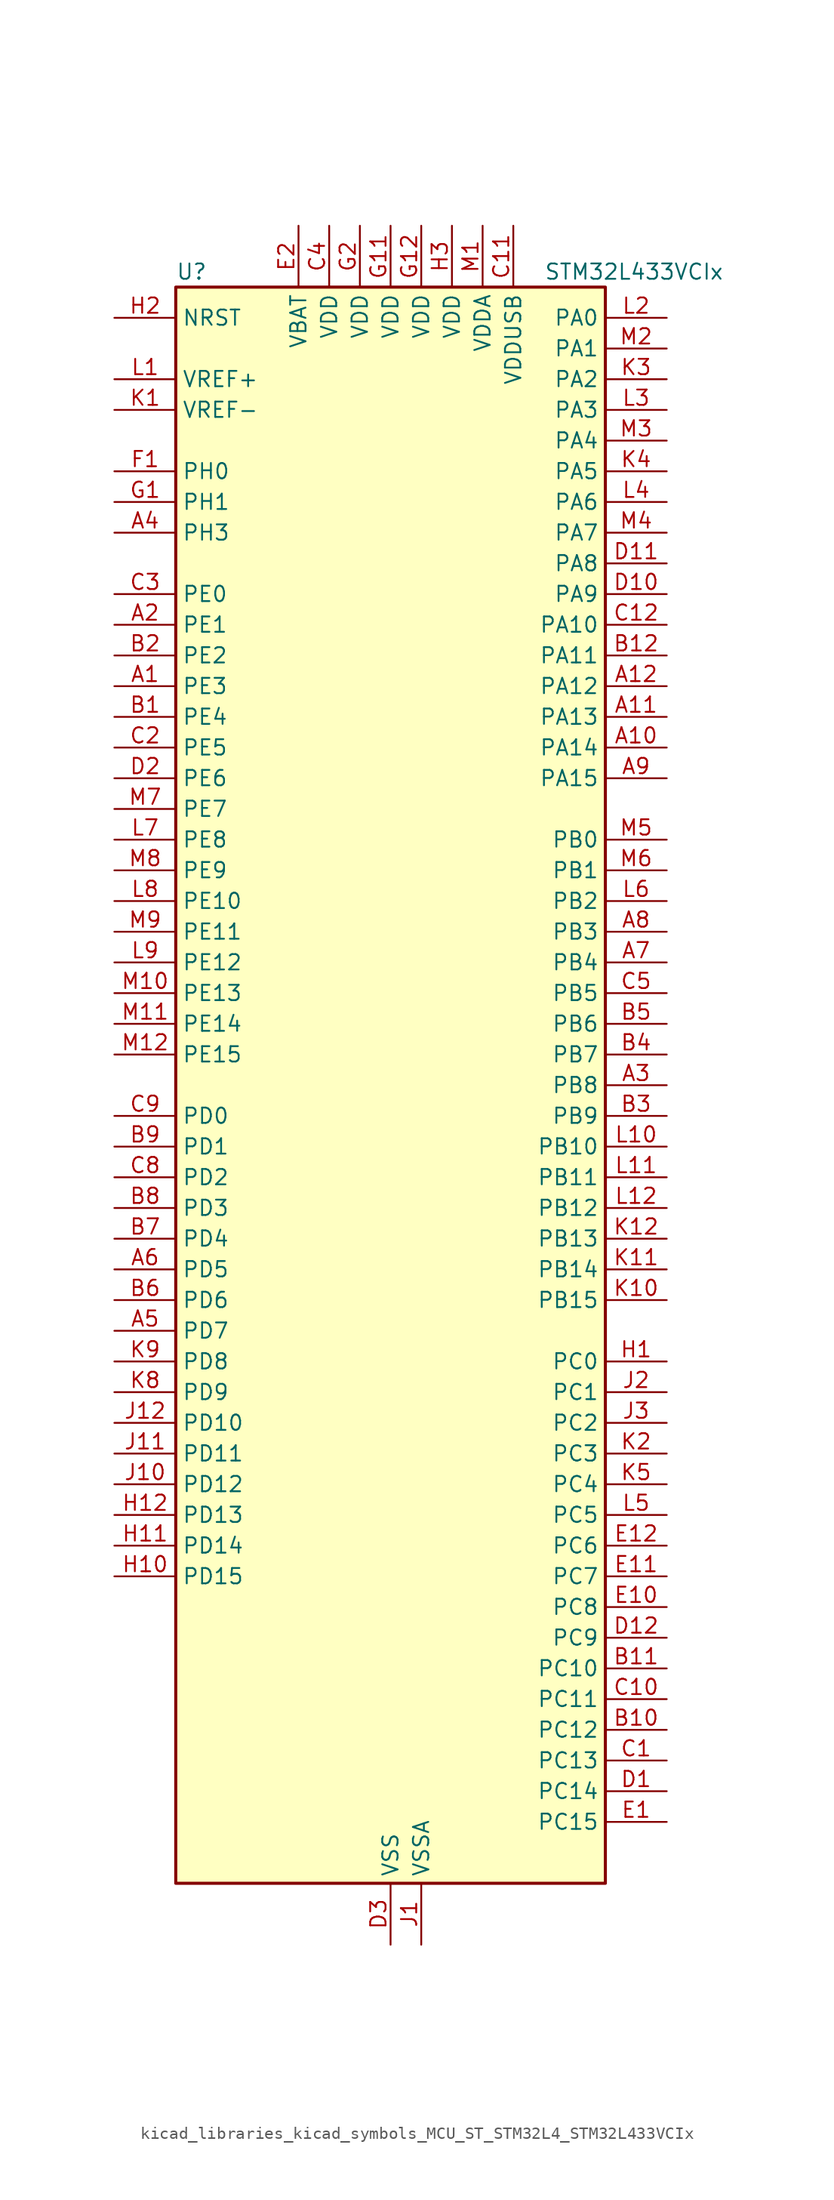
<source format=kicad_sym>
(kicad_symbol_lib
  (version 20220914)
  (generator kicad_symbol_editor)
  (symbol "kicad_libraries_kicad_symbols_MCU_ST_STM32L4_STM32L433VCIx"
    (property "Reference" "U"
      (at -17.78 67.31 0)
      (effects (font (size 1.27 1.27)) (justify left)))
    (property "Value" "STM32L433VCIx"
      (at 12.7 67.31 0)
      (effects (font (size 1.27 1.27)) (justify left)))
    (property "ki_locked" ""
      (at 0 0 0)
      (effects (font (size 1.27 1.27))))
    (symbol "kicad_libraries_kicad_symbols_MCU_ST_STM32L4_STM32L433VCIx_0_1"
      (rectangle (start -17.78 -66.04) (end 17.78 66.04) (stroke (width 0.254) (type default)) (fill (type background))))
    (symbol "kicad_libraries_kicad_symbols_MCU_ST_STM32L4_STM32L433VCIx_1_1"
      (pin bidirectional line (at -22.86 33.02 0) (length 5.08) (name "PE3" (effects (font (size 1.27 1.27)))) (number "A1" (effects (font (size 1.27 1.27)))) (alternate "LCD_SEG39" bidirectional line) (alternate "SAI1_SD_B" bidirectional line) (alternate "SYS_TRACED0" bidirectional line) (alternate "TSC_G7_IO2" bidirectional line))
      (pin bidirectional line (at 22.86 27.94 180) (length 5.08) (name "PA14" (effects (font (size 1.27 1.27)))) (number "A10" (effects (font (size 1.27 1.27)))) (alternate "I2C1_SMBA" bidirectional line) (alternate "LPTIM1_OUT" bidirectional line) (alternate "SAI1_FS_B" bidirectional line) (alternate "SWPMI1_RX" bidirectional line) (alternate "SYS_JTCK-SWCLK" bidirectional line))
      (pin bidirectional line (at 22.86 30.48 180) (length 5.08) (name "PA13" (effects (font (size 1.27 1.27)))) (number "A11" (effects (font (size 1.27 1.27)))) (alternate "IR_OUT" bidirectional line) (alternate "SAI1_SD_B" bidirectional line) (alternate "SWPMI1_TX" bidirectional line) (alternate "SYS_JTMS-SWDIO" bidirectional line) (alternate "USB_NOE" bidirectional line))
      (pin bidirectional line (at 22.86 33.02 180) (length 5.08) (name "PA12" (effects (font (size 1.27 1.27)))) (number "A12" (effects (font (size 1.27 1.27)))) (alternate "CAN1_TX" bidirectional line) (alternate "SPI1_MOSI" bidirectional line) (alternate "TIM1_ETR" bidirectional line) (alternate "USART1_DE" bidirectional line) (alternate "USART1_RTS" bidirectional line) (alternate "USB_DP" bidirectional line))
      (pin bidirectional line (at -22.86 38.1 0) (length 5.08) (name "PE1" (effects (font (size 1.27 1.27)))) (number "A2" (effects (font (size 1.27 1.27)))) (alternate "LCD_SEG37" bidirectional line))
      (pin bidirectional line (at 22.86 0 180) (length 5.08) (name "PB8" (effects (font (size 1.27 1.27)))) (number "A3" (effects (font (size 1.27 1.27)))) (alternate "CAN1_RX" bidirectional line) (alternate "I2C1_SCL" bidirectional line) (alternate "LCD_SEG16" bidirectional line) (alternate "SAI1_MCLK_A" bidirectional line) (alternate "SDMMC1_D4" bidirectional line) (alternate "TIM16_CH1" bidirectional line))
      (pin bidirectional line (at -22.86 45.72 0) (length 5.08) (name "PH3" (effects (font (size 1.27 1.27)))) (number "A4" (effects (font (size 1.27 1.27)))))
      (pin bidirectional line (at -22.86 -20.32 0) (length 5.08) (name "PD7" (effects (font (size 1.27 1.27)))) (number "A5" (effects (font (size 1.27 1.27)))) (alternate "QUADSPI_BK2_IO3" bidirectional line) (alternate "USART2_CK" bidirectional line))
      (pin bidirectional line (at -22.86 -15.24 0) (length 5.08) (name "PD5" (effects (font (size 1.27 1.27)))) (number "A6" (effects (font (size 1.27 1.27)))) (alternate "QUADSPI_BK2_IO1" bidirectional line) (alternate "USART2_TX" bidirectional line))
      (pin bidirectional line (at 22.86 10.16 180) (length 5.08) (name "PB4" (effects (font (size 1.27 1.27)))) (number "A7" (effects (font (size 1.27 1.27)))) (alternate "COMP2_INP" bidirectional line) (alternate "I2C3_SDA" bidirectional line) (alternate "LCD_SEG8" bidirectional line) (alternate "SAI1_MCLK_B" bidirectional line) (alternate "SPI1_MISO" bidirectional line) (alternate "SPI3_MISO" bidirectional line) (alternate "SYS_JTRST" bidirectional line) (alternate "TSC_G2_IO1" bidirectional line) (alternate "USART1_CTS" bidirectional line))
      (pin bidirectional line (at 22.86 12.7 180) (length 5.08) (name "PB3" (effects (font (size 1.27 1.27)))) (number "A8" (effects (font (size 1.27 1.27)))) (alternate "COMP2_INM" bidirectional line) (alternate "LCD_SEG7" bidirectional line) (alternate "SAI1_SCK_B" bidirectional line) (alternate "SPI1_SCK" bidirectional line) (alternate "SPI3_SCK" bidirectional line) (alternate "SYS_JTDO-SWO" bidirectional line) (alternate "TIM2_CH2" bidirectional line) (alternate "USART1_DE" bidirectional line) (alternate "USART1_RTS" bidirectional line))
      (pin bidirectional line (at 22.86 25.4 180) (length 5.08) (name "PA15" (effects (font (size 1.27 1.27)))) (number "A9" (effects (font (size 1.27 1.27)))) (alternate "ADC1_EXTI15" bidirectional line) (alternate "LCD_SEG17" bidirectional line) (alternate "SPI1_NSS" bidirectional line) (alternate "SPI3_NSS" bidirectional line) (alternate "SWPMI1_SUSPEND" bidirectional line) (alternate "SYS_JTDI" bidirectional line) (alternate "TIM2_CH1" bidirectional line) (alternate "TIM2_ETR" bidirectional line) (alternate "TSC_G3_IO1" bidirectional line) (alternate "USART2_RX" bidirectional line) (alternate "USART3_DE" bidirectional line) (alternate "USART3_RTS" bidirectional line))
      (pin bidirectional line (at -22.86 30.48 0) (length 5.08) (name "PE4" (effects (font (size 1.27 1.27)))) (number "B1" (effects (font (size 1.27 1.27)))) (alternate "SAI1_FS_A" bidirectional line) (alternate "SYS_TRACED1" bidirectional line) (alternate "TSC_G7_IO3" bidirectional line))
      (pin bidirectional line (at 22.86 -53.34 180) (length 5.08) (name "PC12" (effects (font (size 1.27 1.27)))) (number "B10" (effects (font (size 1.27 1.27)))) (alternate "LCD_COM6" bidirectional line) (alternate "LCD_SEG30" bidirectional line) (alternate "LCD_SEG42" bidirectional line) (alternate "SDMMC1_CK" bidirectional line) (alternate "SPI3_MOSI" bidirectional line) (alternate "TSC_G3_IO4" bidirectional line) (alternate "USART3_CK" bidirectional line))
      (pin bidirectional line (at 22.86 -48.26 180) (length 5.08) (name "PC10" (effects (font (size 1.27 1.27)))) (number "B11" (effects (font (size 1.27 1.27)))) (alternate "LCD_COM4" bidirectional line) (alternate "LCD_SEG28" bidirectional line) (alternate "LCD_SEG40" bidirectional line) (alternate "SDMMC1_D2" bidirectional line) (alternate "SPI3_SCK" bidirectional line) (alternate "TSC_G3_IO2" bidirectional line) (alternate "USART3_TX" bidirectional line))
      (pin bidirectional line (at 22.86 35.56 180) (length 5.08) (name "PA11" (effects (font (size 1.27 1.27)))) (number "B12" (effects (font (size 1.27 1.27)))) (alternate "ADC1_EXTI11" bidirectional line) (alternate "CAN1_RX" bidirectional line) (alternate "COMP1_OUT" bidirectional line) (alternate "SPI1_MISO" bidirectional line) (alternate "TIM1_BKIN2" bidirectional line) (alternate "TIM1_BKIN2_COMP1" bidirectional line) (alternate "TIM1_CH4" bidirectional line) (alternate "USART1_CTS" bidirectional line) (alternate "USB_DM" bidirectional line))
      (pin bidirectional line (at -22.86 35.56 0) (length 5.08) (name "PE2" (effects (font (size 1.27 1.27)))) (number "B2" (effects (font (size 1.27 1.27)))) (alternate "LCD_SEG38" bidirectional line) (alternate "SAI1_MCLK_A" bidirectional line) (alternate "SYS_TRACECLK" bidirectional line) (alternate "TSC_G7_IO1" bidirectional line))
      (pin bidirectional line (at 22.86 -2.54 180) (length 5.08) (name "PB9" (effects (font (size 1.27 1.27)))) (number "B3" (effects (font (size 1.27 1.27)))) (alternate "CAN1_TX" bidirectional line) (alternate "DAC1_EXTI9" bidirectional line) (alternate "I2C1_SDA" bidirectional line) (alternate "IR_OUT" bidirectional line) (alternate "LCD_COM3" bidirectional line) (alternate "SAI1_FS_A" bidirectional line) (alternate "SDMMC1_D5" bidirectional line) (alternate "SPI2_NSS" bidirectional line))
      (pin bidirectional line (at 22.86 2.54 180) (length 5.08) (name "PB7" (effects (font (size 1.27 1.27)))) (number "B4" (effects (font (size 1.27 1.27)))) (alternate "COMP2_INM" bidirectional line) (alternate "I2C1_SDA" bidirectional line) (alternate "LCD_SEG21" bidirectional line) (alternate "LPTIM1_IN2" bidirectional line) (alternate "SYS_PVD_IN" bidirectional line) (alternate "TSC_G2_IO4" bidirectional line) (alternate "USART1_RX" bidirectional line))
      (pin bidirectional line (at 22.86 5.08 180) (length 5.08) (name "PB6" (effects (font (size 1.27 1.27)))) (number "B5" (effects (font (size 1.27 1.27)))) (alternate "COMP2_INP" bidirectional line) (alternate "I2C1_SCL" bidirectional line) (alternate "LPTIM1_ETR" bidirectional line) (alternate "SAI1_FS_B" bidirectional line) (alternate "TIM16_CH1N" bidirectional line) (alternate "TSC_G2_IO3" bidirectional line) (alternate "USART1_TX" bidirectional line))
      (pin bidirectional line (at -22.86 -17.78 0) (length 5.08) (name "PD6" (effects (font (size 1.27 1.27)))) (number "B6" (effects (font (size 1.27 1.27)))) (alternate "QUADSPI_BK2_IO2" bidirectional line) (alternate "SAI1_SD_A" bidirectional line) (alternate "USART2_RX" bidirectional line))
      (pin bidirectional line (at -22.86 -12.7 0) (length 5.08) (name "PD4" (effects (font (size 1.27 1.27)))) (number "B7" (effects (font (size 1.27 1.27)))) (alternate "QUADSPI_BK2_IO0" bidirectional line) (alternate "SPI2_MOSI" bidirectional line) (alternate "USART2_DE" bidirectional line) (alternate "USART2_RTS" bidirectional line))
      (pin bidirectional line (at -22.86 -10.16 0) (length 5.08) (name "PD3" (effects (font (size 1.27 1.27)))) (number "B8" (effects (font (size 1.27 1.27)))) (alternate "QUADSPI_BK2_NCS" bidirectional line) (alternate "SPI2_MISO" bidirectional line) (alternate "USART2_CTS" bidirectional line))
      (pin bidirectional line (at -22.86 -5.08 0) (length 5.08) (name "PD1" (effects (font (size 1.27 1.27)))) (number "B9" (effects (font (size 1.27 1.27)))) (alternate "CAN1_TX" bidirectional line) (alternate "SPI2_SCK" bidirectional line))
      (pin bidirectional line (at 22.86 -55.88 180) (length 5.08) (name "PC13" (effects (font (size 1.27 1.27)))) (number "C1" (effects (font (size 1.27 1.27)))) (alternate "RTC_OUT_ALARM" bidirectional line) (alternate "RTC_OUT_CALIB" bidirectional line) (alternate "RTC_TAMP1" bidirectional line) (alternate "RTC_TS" bidirectional line) (alternate "SYS_WKUP2" bidirectional line))
      (pin bidirectional line (at 22.86 -50.8 180) (length 5.08) (name "PC11" (effects (font (size 1.27 1.27)))) (number "C10" (effects (font (size 1.27 1.27)))) (alternate "ADC1_EXTI11" bidirectional line) (alternate "LCD_COM5" bidirectional line) (alternate "LCD_SEG29" bidirectional line) (alternate "LCD_SEG41" bidirectional line) (alternate "SDMMC1_D3" bidirectional line) (alternate "SPI3_MISO" bidirectional line) (alternate "TSC_G3_IO3" bidirectional line) (alternate "USART3_RX" bidirectional line))
      (pin power_in line (at 10.16 71.12 270) (length 5.08) (name "VDDUSB" (effects (font (size 1.27 1.27)))) (number "C11" (effects (font (size 1.27 1.27)))))
      (pin bidirectional line (at 22.86 38.1 180) (length 5.08) (name "PA10" (effects (font (size 1.27 1.27)))) (number "C12" (effects (font (size 1.27 1.27)))) (alternate "CRS_SYNC" bidirectional line) (alternate "I2C1_SDA" bidirectional line) (alternate "LCD_COM2" bidirectional line) (alternate "SAI1_SD_A" bidirectional line) (alternate "TIM1_CH3" bidirectional line) (alternate "USART1_RX" bidirectional line))
      (pin bidirectional line (at -22.86 27.94 0) (length 5.08) (name "PE5" (effects (font (size 1.27 1.27)))) (number "C2" (effects (font (size 1.27 1.27)))) (alternate "SAI1_SCK_A" bidirectional line) (alternate "SYS_TRACED2" bidirectional line) (alternate "TSC_G7_IO4" bidirectional line))
      (pin bidirectional line (at -22.86 40.64 0) (length 5.08) (name "PE0" (effects (font (size 1.27 1.27)))) (number "C3" (effects (font (size 1.27 1.27)))) (alternate "LCD_SEG36" bidirectional line) (alternate "TIM16_CH1" bidirectional line))
      (pin power_in line (at -5.08 71.12 270) (length 5.08) (name "VDD" (effects (font (size 1.27 1.27)))) (number "C4" (effects (font (size 1.27 1.27)))))
      (pin bidirectional line (at 22.86 7.62 180) (length 5.08) (name "PB5" (effects (font (size 1.27 1.27)))) (number "C5" (effects (font (size 1.27 1.27)))) (alternate "COMP2_OUT" bidirectional line) (alternate "I2C1_SMBA" bidirectional line) (alternate "LCD_SEG9" bidirectional line) (alternate "LPTIM1_IN1" bidirectional line) (alternate "SAI1_SD_B" bidirectional line) (alternate "SPI1_MOSI" bidirectional line) (alternate "SPI3_MOSI" bidirectional line) (alternate "TIM16_BKIN" bidirectional line) (alternate "TSC_G2_IO2" bidirectional line) (alternate "USART1_CK" bidirectional line))
      (pin bidirectional line (at -22.86 -7.62 0) (length 5.08) (name "PD2" (effects (font (size 1.27 1.27)))) (number "C8" (effects (font (size 1.27 1.27)))) (alternate "LCD_COM7" bidirectional line) (alternate "LCD_SEG31" bidirectional line) (alternate "LCD_SEG43" bidirectional line) (alternate "SDMMC1_CMD" bidirectional line) (alternate "TSC_SYNC" bidirectional line) (alternate "USART3_DE" bidirectional line) (alternate "USART3_RTS" bidirectional line))
      (pin bidirectional line (at -22.86 -2.54 0) (length 5.08) (name "PD0" (effects (font (size 1.27 1.27)))) (number "C9" (effects (font (size 1.27 1.27)))) (alternate "CAN1_RX" bidirectional line) (alternate "SPI2_NSS" bidirectional line))
      (pin bidirectional line (at 22.86 -58.42 180) (length 5.08) (name "PC14" (effects (font (size 1.27 1.27)))) (number "D1" (effects (font (size 1.27 1.27)))) (alternate "RCC_OSC32_IN" bidirectional line))
      (pin bidirectional line (at 22.86 40.64 180) (length 5.08) (name "PA9" (effects (font (size 1.27 1.27)))) (number "D10" (effects (font (size 1.27 1.27)))) (alternate "DAC1_EXTI9" bidirectional line) (alternate "I2C1_SCL" bidirectional line) (alternate "LCD_COM1" bidirectional line) (alternate "SAI1_FS_A" bidirectional line) (alternate "TIM15_BKIN" bidirectional line) (alternate "TIM1_CH2" bidirectional line) (alternate "USART1_TX" bidirectional line))
      (pin bidirectional line (at 22.86 43.18 180) (length 5.08) (name "PA8" (effects (font (size 1.27 1.27)))) (number "D11" (effects (font (size 1.27 1.27)))) (alternate "LCD_COM0" bidirectional line) (alternate "LPTIM2_OUT" bidirectional line) (alternate "RCC_MCO" bidirectional line) (alternate "SAI1_SCK_A" bidirectional line) (alternate "SWPMI1_IO" bidirectional line) (alternate "TIM1_CH1" bidirectional line) (alternate "USART1_CK" bidirectional line))
      (pin bidirectional line (at 22.86 -45.72 180) (length 5.08) (name "PC9" (effects (font (size 1.27 1.27)))) (number "D12" (effects (font (size 1.27 1.27)))) (alternate "DAC1_EXTI9" bidirectional line) (alternate "LCD_SEG27" bidirectional line) (alternate "SDMMC1_D1" bidirectional line) (alternate "TSC_G4_IO4" bidirectional line) (alternate "USB_NOE" bidirectional line))
      (pin bidirectional line (at -22.86 25.4 0) (length 5.08) (name "PE6" (effects (font (size 1.27 1.27)))) (number "D2" (effects (font (size 1.27 1.27)))) (alternate "RTC_TAMP3" bidirectional line) (alternate "SAI1_SD_A" bidirectional line) (alternate "SYS_TRACED3" bidirectional line) (alternate "SYS_WKUP3" bidirectional line))
      (pin power_in line (at 0 -71.12 90) (length 5.08) (name "VSS" (effects (font (size 1.27 1.27)))) (number "D3" (effects (font (size 1.27 1.27)))))
      (pin bidirectional line (at 22.86 -60.96 180) (length 5.08) (name "PC15" (effects (font (size 1.27 1.27)))) (number "E1" (effects (font (size 1.27 1.27)))) (alternate "ADC1_EXTI15" bidirectional line) (alternate "RCC_OSC32_OUT" bidirectional line))
      (pin bidirectional line (at 22.86 -43.18 180) (length 5.08) (name "PC8" (effects (font (size 1.27 1.27)))) (number "E10" (effects (font (size 1.27 1.27)))) (alternate "LCD_SEG26" bidirectional line) (alternate "SDMMC1_D0" bidirectional line) (alternate "TSC_G4_IO3" bidirectional line))
      (pin bidirectional line (at 22.86 -40.64 180) (length 5.08) (name "PC7" (effects (font (size 1.27 1.27)))) (number "E11" (effects (font (size 1.27 1.27)))) (alternate "LCD_SEG25" bidirectional line) (alternate "SDMMC1_D7" bidirectional line) (alternate "TSC_G4_IO2" bidirectional line))
      (pin bidirectional line (at 22.86 -38.1 180) (length 5.08) (name "PC6" (effects (font (size 1.27 1.27)))) (number "E12" (effects (font (size 1.27 1.27)))) (alternate "LCD_SEG24" bidirectional line) (alternate "SDMMC1_D6" bidirectional line) (alternate "TSC_G4_IO1" bidirectional line))
      (pin power_in line (at -7.62 71.12 270) (length 5.08) (name "VBAT" (effects (font (size 1.27 1.27)))) (number "E2" (effects (font (size 1.27 1.27)))))
      (pin passive line (at 0 -71.12 90) (length 5.08) hide (name "VSS" (effects (font (size 1.27 1.27)))) (number "E3" (effects (font (size 1.27 1.27)))))
      (pin bidirectional line (at -22.86 50.8 0) (length 5.08) (name "PH0" (effects (font (size 1.27 1.27)))) (number "F1" (effects (font (size 1.27 1.27)))) (alternate "RCC_OSC_IN" bidirectional line))
      (pin passive line (at 0 -71.12 90) (length 5.08) hide (name "VSS" (effects (font (size 1.27 1.27)))) (number "F11" (effects (font (size 1.27 1.27)))))
      (pin passive line (at 0 -71.12 90) (length 5.08) hide (name "VSS" (effects (font (size 1.27 1.27)))) (number "F12" (effects (font (size 1.27 1.27)))))
      (pin passive line (at 0 -71.12 90) (length 5.08) hide (name "VSS" (effects (font (size 1.27 1.27)))) (number "F2" (effects (font (size 1.27 1.27)))))
      (pin bidirectional line (at -22.86 48.26 0) (length 5.08) (name "PH1" (effects (font (size 1.27 1.27)))) (number "G1" (effects (font (size 1.27 1.27)))) (alternate "RCC_OSC_OUT" bidirectional line))
      (pin power_in line (at 0 71.12 270) (length 5.08) (name "VDD" (effects (font (size 1.27 1.27)))) (number "G11" (effects (font (size 1.27 1.27)))))
      (pin power_in line (at 2.54 71.12 270) (length 5.08) (name "VDD" (effects (font (size 1.27 1.27)))) (number "G12" (effects (font (size 1.27 1.27)))))
      (pin power_in line (at -2.54 71.12 270) (length 5.08) (name "VDD" (effects (font (size 1.27 1.27)))) (number "G2" (effects (font (size 1.27 1.27)))))
      (pin bidirectional line (at 22.86 -22.86 180) (length 5.08) (name "PC0" (effects (font (size 1.27 1.27)))) (number "H1" (effects (font (size 1.27 1.27)))) (alternate "ADC1_IN1" bidirectional line) (alternate "I2C3_SCL" bidirectional line) (alternate "LCD_SEG18" bidirectional line) (alternate "LPTIM1_IN1" bidirectional line) (alternate "LPTIM2_IN1" bidirectional line) (alternate "LPUART1_RX" bidirectional line))
      (pin bidirectional line (at -22.86 -40.64 0) (length 5.08) (name "PD15" (effects (font (size 1.27 1.27)))) (number "H10" (effects (font (size 1.27 1.27)))) (alternate "ADC1_EXTI15" bidirectional line) (alternate "LCD_SEG35" bidirectional line))
      (pin bidirectional line (at -22.86 -38.1 0) (length 5.08) (name "PD14" (effects (font (size 1.27 1.27)))) (number "H11" (effects (font (size 1.27 1.27)))) (alternate "LCD_SEG34" bidirectional line))
      (pin bidirectional line (at -22.86 -35.56 0) (length 5.08) (name "PD13" (effects (font (size 1.27 1.27)))) (number "H12" (effects (font (size 1.27 1.27)))) (alternate "LCD_SEG33" bidirectional line) (alternate "LPTIM2_OUT" bidirectional line) (alternate "TSC_G6_IO4" bidirectional line))
      (pin input line (at -22.86 63.5 0) (length 5.08) (name "NRST" (effects (font (size 1.27 1.27)))) (number "H2" (effects (font (size 1.27 1.27)))))
      (pin power_in line (at 5.08 71.12 270) (length 5.08) (name "VDD" (effects (font (size 1.27 1.27)))) (number "H3" (effects (font (size 1.27 1.27)))))
      (pin power_in line (at 2.54 -71.12 90) (length 5.08) (name "VSSA" (effects (font (size 1.27 1.27)))) (number "J1" (effects (font (size 1.27 1.27)))))
      (pin bidirectional line (at -22.86 -33.02 0) (length 5.08) (name "PD12" (effects (font (size 1.27 1.27)))) (number "J10" (effects (font (size 1.27 1.27)))) (alternate "LCD_SEG32" bidirectional line) (alternate "LPTIM2_IN1" bidirectional line) (alternate "TSC_G6_IO3" bidirectional line) (alternate "USART3_DE" bidirectional line) (alternate "USART3_RTS" bidirectional line))
      (pin bidirectional line (at -22.86 -30.48 0) (length 5.08) (name "PD11" (effects (font (size 1.27 1.27)))) (number "J11" (effects (font (size 1.27 1.27)))) (alternate "ADC1_EXTI11" bidirectional line) (alternate "LCD_SEG31" bidirectional line) (alternate "LPTIM2_ETR" bidirectional line) (alternate "TSC_G6_IO2" bidirectional line) (alternate "USART3_CTS" bidirectional line))
      (pin bidirectional line (at -22.86 -27.94 0) (length 5.08) (name "PD10" (effects (font (size 1.27 1.27)))) (number "J12" (effects (font (size 1.27 1.27)))) (alternate "LCD_SEG30" bidirectional line) (alternate "TSC_G6_IO1" bidirectional line) (alternate "USART3_CK" bidirectional line))
      (pin bidirectional line (at 22.86 -25.4 180) (length 5.08) (name "PC1" (effects (font (size 1.27 1.27)))) (number "J2" (effects (font (size 1.27 1.27)))) (alternate "ADC1_IN2" bidirectional line) (alternate "I2C3_SDA" bidirectional line) (alternate "LCD_SEG19" bidirectional line) (alternate "LPTIM1_OUT" bidirectional line) (alternate "LPUART1_TX" bidirectional line))
      (pin bidirectional line (at 22.86 -27.94 180) (length 5.08) (name "PC2" (effects (font (size 1.27 1.27)))) (number "J3" (effects (font (size 1.27 1.27)))) (alternate "ADC1_IN3" bidirectional line) (alternate "LCD_SEG20" bidirectional line) (alternate "LPTIM1_IN2" bidirectional line) (alternate "SPI2_MISO" bidirectional line))
      (pin input line (at -22.86 55.88 0) (length 5.08) (name "VREF-" (effects (font (size 1.27 1.27)))) (number "K1" (effects (font (size 1.27 1.27)))))
      (pin bidirectional line (at 22.86 -17.78 180) (length 5.08) (name "PB15" (effects (font (size 1.27 1.27)))) (number "K10" (effects (font (size 1.27 1.27)))) (alternate "ADC1_EXTI15" bidirectional line) (alternate "LCD_SEG15" bidirectional line) (alternate "RTC_REFIN" bidirectional line) (alternate "SAI1_SD_A" bidirectional line) (alternate "SPI2_MOSI" bidirectional line) (alternate "SWPMI1_SUSPEND" bidirectional line) (alternate "TIM15_CH2" bidirectional line) (alternate "TIM1_CH3N" bidirectional line) (alternate "TSC_G1_IO4" bidirectional line))
      (pin bidirectional line (at 22.86 -15.24 180) (length 5.08) (name "PB14" (effects (font (size 1.27 1.27)))) (number "K11" (effects (font (size 1.27 1.27)))) (alternate "I2C2_SDA" bidirectional line) (alternate "LCD_SEG14" bidirectional line) (alternate "SAI1_MCLK_A" bidirectional line) (alternate "SPI2_MISO" bidirectional line) (alternate "SWPMI1_RX" bidirectional line) (alternate "TIM15_CH1" bidirectional line) (alternate "TIM1_CH2N" bidirectional line) (alternate "TSC_G1_IO3" bidirectional line) (alternate "USART3_DE" bidirectional line) (alternate "USART3_RTS" bidirectional line))
      (pin bidirectional line (at 22.86 -12.7 180) (length 5.08) (name "PB13" (effects (font (size 1.27 1.27)))) (number "K12" (effects (font (size 1.27 1.27)))) (alternate "I2C2_SCL" bidirectional line) (alternate "LCD_SEG13" bidirectional line) (alternate "LPUART1_CTS" bidirectional line) (alternate "SAI1_SCK_A" bidirectional line) (alternate "SPI2_SCK" bidirectional line) (alternate "SWPMI1_TX" bidirectional line) (alternate "TIM15_CH1N" bidirectional line) (alternate "TIM1_CH1N" bidirectional line) (alternate "TSC_G1_IO2" bidirectional line) (alternate "USART3_CTS" bidirectional line))
      (pin bidirectional line (at 22.86 -30.48 180) (length 5.08) (name "PC3" (effects (font (size 1.27 1.27)))) (number "K2" (effects (font (size 1.27 1.27)))) (alternate "ADC1_IN4" bidirectional line) (alternate "LCD_VLCD" bidirectional line) (alternate "LPTIM1_ETR" bidirectional line) (alternate "LPTIM2_ETR" bidirectional line) (alternate "SAI1_SD_A" bidirectional line) (alternate "SPI2_MOSI" bidirectional line))
      (pin bidirectional line (at 22.86 58.42 180) (length 5.08) (name "PA2" (effects (font (size 1.27 1.27)))) (number "K3" (effects (font (size 1.27 1.27)))) (alternate "ADC1_IN7" bidirectional line) (alternate "COMP2_INM" bidirectional line) (alternate "COMP2_OUT" bidirectional line) (alternate "LCD_SEG1" bidirectional line) (alternate "LPUART1_TX" bidirectional line) (alternate "QUADSPI_BK1_NCS" bidirectional line) (alternate "RCC_LSCO" bidirectional line) (alternate "SYS_WKUP4" bidirectional line) (alternate "TIM15_CH1" bidirectional line) (alternate "TIM2_CH3" bidirectional line) (alternate "USART2_TX" bidirectional line))
      (pin bidirectional line (at 22.86 50.8 180) (length 5.08) (name "PA5" (effects (font (size 1.27 1.27)))) (number "K4" (effects (font (size 1.27 1.27)))) (alternate "ADC1_IN10" bidirectional line) (alternate "COMP1_INM" bidirectional line) (alternate "COMP2_INM" bidirectional line) (alternate "DAC1_OUT2" bidirectional line) (alternate "LPTIM2_ETR" bidirectional line) (alternate "SPI1_SCK" bidirectional line) (alternate "TIM2_CH1" bidirectional line) (alternate "TIM2_ETR" bidirectional line))
      (pin bidirectional line (at 22.86 -33.02 180) (length 5.08) (name "PC4" (effects (font (size 1.27 1.27)))) (number "K5" (effects (font (size 1.27 1.27)))) (alternate "ADC1_IN13" bidirectional line) (alternate "COMP1_INM" bidirectional line) (alternate "LCD_SEG22" bidirectional line) (alternate "USART3_TX" bidirectional line))
      (pin bidirectional line (at -22.86 -25.4 0) (length 5.08) (name "PD9" (effects (font (size 1.27 1.27)))) (number "K8" (effects (font (size 1.27 1.27)))) (alternate "DAC1_EXTI9" bidirectional line) (alternate "LCD_SEG29" bidirectional line) (alternate "USART3_RX" bidirectional line))
      (pin bidirectional line (at -22.86 -22.86 0) (length 5.08) (name "PD8" (effects (font (size 1.27 1.27)))) (number "K9" (effects (font (size 1.27 1.27)))) (alternate "LCD_SEG28" bidirectional line) (alternate "USART3_TX" bidirectional line))
      (pin input line (at -22.86 58.42 0) (length 5.08) (name "VREF+" (effects (font (size 1.27 1.27)))) (number "L1" (effects (font (size 1.27 1.27)))) (alternate "VREFBUF_OUT" bidirectional line))
      (pin bidirectional line (at 22.86 -5.08 180) (length 5.08) (name "PB10" (effects (font (size 1.27 1.27)))) (number "L10" (effects (font (size 1.27 1.27)))) (alternate "COMP1_OUT" bidirectional line) (alternate "I2C2_SCL" bidirectional line) (alternate "LCD_SEG10" bidirectional line) (alternate "LPUART1_RX" bidirectional line) (alternate "QUADSPI_CLK" bidirectional line) (alternate "SAI1_SCK_A" bidirectional line) (alternate "SPI2_SCK" bidirectional line) (alternate "TIM2_CH3" bidirectional line) (alternate "TSC_SYNC" bidirectional line) (alternate "USART3_TX" bidirectional line))
      (pin bidirectional line (at 22.86 -7.62 180) (length 5.08) (name "PB11" (effects (font (size 1.27 1.27)))) (number "L11" (effects (font (size 1.27 1.27)))) (alternate "ADC1_EXTI11" bidirectional line) (alternate "COMP2_OUT" bidirectional line) (alternate "I2C2_SDA" bidirectional line) (alternate "LCD_SEG11" bidirectional line) (alternate "LPUART1_TX" bidirectional line) (alternate "QUADSPI_BK1_NCS" bidirectional line) (alternate "TIM2_CH4" bidirectional line) (alternate "USART3_RX" bidirectional line))
      (pin bidirectional line (at 22.86 -10.16 180) (length 5.08) (name "PB12" (effects (font (size 1.27 1.27)))) (number "L12" (effects (font (size 1.27 1.27)))) (alternate "I2C2_SMBA" bidirectional line) (alternate "LCD_SEG12" bidirectional line) (alternate "LPUART1_DE" bidirectional line) (alternate "LPUART1_RTS" bidirectional line) (alternate "SAI1_FS_A" bidirectional line) (alternate "SPI2_NSS" bidirectional line) (alternate "SWPMI1_IO" bidirectional line) (alternate "TIM15_BKIN" bidirectional line) (alternate "TIM1_BKIN" bidirectional line) (alternate "TIM1_BKIN_COMP2" bidirectional line) (alternate "TSC_G1_IO1" bidirectional line) (alternate "USART3_CK" bidirectional line))
      (pin bidirectional line (at 22.86 63.5 180) (length 5.08) (name "PA0" (effects (font (size 1.27 1.27)))) (number "L2" (effects (font (size 1.27 1.27)))) (alternate "ADC1_IN5" bidirectional line) (alternate "COMP1_INM" bidirectional line) (alternate "COMP1_OUT" bidirectional line) (alternate "OPAMP1_VINP" bidirectional line) (alternate "RTC_TAMP2" bidirectional line) (alternate "SAI1_EXTCLK" bidirectional line) (alternate "SYS_WKUP1" bidirectional line) (alternate "TIM2_CH1" bidirectional line) (alternate "TIM2_ETR" bidirectional line) (alternate "USART2_CTS" bidirectional line))
      (pin bidirectional line (at 22.86 55.88 180) (length 5.08) (name "PA3" (effects (font (size 1.27 1.27)))) (number "L3" (effects (font (size 1.27 1.27)))) (alternate "ADC1_IN8" bidirectional line) (alternate "COMP2_INP" bidirectional line) (alternate "LCD_SEG2" bidirectional line) (alternate "LPUART1_RX" bidirectional line) (alternate "OPAMP1_VOUT" bidirectional line) (alternate "QUADSPI_CLK" bidirectional line) (alternate "SAI1_MCLK_A" bidirectional line) (alternate "TIM15_CH2" bidirectional line) (alternate "TIM2_CH4" bidirectional line) (alternate "USART2_RX" bidirectional line))
      (pin bidirectional line (at 22.86 48.26 180) (length 5.08) (name "PA6" (effects (font (size 1.27 1.27)))) (number "L4" (effects (font (size 1.27 1.27)))) (alternate "ADC1_IN11" bidirectional line) (alternate "COMP1_OUT" bidirectional line) (alternate "LCD_SEG3" bidirectional line) (alternate "LPUART1_CTS" bidirectional line) (alternate "QUADSPI_BK1_IO3" bidirectional line) (alternate "SPI1_MISO" bidirectional line) (alternate "TIM16_CH1" bidirectional line) (alternate "TIM1_BKIN" bidirectional line) (alternate "TIM1_BKIN_COMP2" bidirectional line) (alternate "USART3_CTS" bidirectional line))
      (pin bidirectional line (at 22.86 -35.56 180) (length 5.08) (name "PC5" (effects (font (size 1.27 1.27)))) (number "L5" (effects (font (size 1.27 1.27)))) (alternate "ADC1_IN14" bidirectional line) (alternate "COMP1_INP" bidirectional line) (alternate "LCD_SEG23" bidirectional line) (alternate "SYS_WKUP5" bidirectional line) (alternate "USART3_RX" bidirectional line))
      (pin bidirectional line (at 22.86 15.24 180) (length 5.08) (name "PB2" (effects (font (size 1.27 1.27)))) (number "L6" (effects (font (size 1.27 1.27)))) (alternate "COMP1_INP" bidirectional line) (alternate "I2C3_SMBA" bidirectional line) (alternate "LCD_VLCD" bidirectional line) (alternate "LPTIM1_OUT" bidirectional line) (alternate "RTC_OUT_ALARM" bidirectional line) (alternate "RTC_OUT_CALIB" bidirectional line))
      (pin bidirectional line (at -22.86 20.32 0) (length 5.08) (name "PE8" (effects (font (size 1.27 1.27)))) (number "L7" (effects (font (size 1.27 1.27)))) (alternate "SAI1_SCK_B" bidirectional line) (alternate "TIM1_CH1N" bidirectional line))
      (pin bidirectional line (at -22.86 15.24 0) (length 5.08) (name "PE10" (effects (font (size 1.27 1.27)))) (number "L8" (effects (font (size 1.27 1.27)))) (alternate "QUADSPI_CLK" bidirectional line) (alternate "SAI1_MCLK_B" bidirectional line) (alternate "TIM1_CH2N" bidirectional line) (alternate "TSC_G5_IO1" bidirectional line))
      (pin bidirectional line (at -22.86 10.16 0) (length 5.08) (name "PE12" (effects (font (size 1.27 1.27)))) (number "L9" (effects (font (size 1.27 1.27)))) (alternate "QUADSPI_BK1_IO0" bidirectional line) (alternate "SPI1_NSS" bidirectional line) (alternate "TIM1_CH3N" bidirectional line) (alternate "TSC_G5_IO3" bidirectional line))
      (pin power_in line (at 7.62 71.12 270) (length 5.08) (name "VDDA" (effects (font (size 1.27 1.27)))) (number "M1" (effects (font (size 1.27 1.27)))))
      (pin bidirectional line (at -22.86 7.62 0) (length 5.08) (name "PE13" (effects (font (size 1.27 1.27)))) (number "M10" (effects (font (size 1.27 1.27)))) (alternate "QUADSPI_BK1_IO1" bidirectional line) (alternate "SPI1_SCK" bidirectional line) (alternate "TIM1_CH3" bidirectional line) (alternate "TSC_G5_IO4" bidirectional line))
      (pin bidirectional line (at -22.86 5.08 0) (length 5.08) (name "PE14" (effects (font (size 1.27 1.27)))) (number "M11" (effects (font (size 1.27 1.27)))) (alternate "QUADSPI_BK1_IO2" bidirectional line) (alternate "SPI1_MISO" bidirectional line) (alternate "TIM1_BKIN2" bidirectional line) (alternate "TIM1_BKIN2_COMP2" bidirectional line) (alternate "TIM1_CH4" bidirectional line))
      (pin bidirectional line (at -22.86 2.54 0) (length 5.08) (name "PE15" (effects (font (size 1.27 1.27)))) (number "M12" (effects (font (size 1.27 1.27)))) (alternate "ADC1_EXTI15" bidirectional line) (alternate "QUADSPI_BK1_IO3" bidirectional line) (alternate "SPI1_MOSI" bidirectional line) (alternate "TIM1_BKIN" bidirectional line) (alternate "TIM1_BKIN_COMP1" bidirectional line))
      (pin bidirectional line (at 22.86 60.96 180) (length 5.08) (name "PA1" (effects (font (size 1.27 1.27)))) (number "M2" (effects (font (size 1.27 1.27)))) (alternate "ADC1_IN6" bidirectional line) (alternate "COMP1_INP" bidirectional line) (alternate "I2C1_SMBA" bidirectional line) (alternate "LCD_SEG0" bidirectional line) (alternate "OPAMP1_VINM" bidirectional line) (alternate "SPI1_SCK" bidirectional line) (alternate "TIM15_CH1N" bidirectional line) (alternate "TIM2_CH2" bidirectional line) (alternate "USART2_DE" bidirectional line) (alternate "USART2_RTS" bidirectional line))
      (pin bidirectional line (at 22.86 53.34 180) (length 5.08) (name "PA4" (effects (font (size 1.27 1.27)))) (number "M3" (effects (font (size 1.27 1.27)))) (alternate "ADC1_IN9" bidirectional line) (alternate "COMP1_INM" bidirectional line) (alternate "COMP2_INM" bidirectional line) (alternate "DAC1_OUT1" bidirectional line) (alternate "LPTIM2_OUT" bidirectional line) (alternate "SAI1_FS_B" bidirectional line) (alternate "SPI1_NSS" bidirectional line) (alternate "SPI3_NSS" bidirectional line) (alternate "USART2_CK" bidirectional line))
      (pin bidirectional line (at 22.86 45.72 180) (length 5.08) (name "PA7" (effects (font (size 1.27 1.27)))) (number "M4" (effects (font (size 1.27 1.27)))) (alternate "ADC1_IN12" bidirectional line) (alternate "COMP2_OUT" bidirectional line) (alternate "I2C3_SCL" bidirectional line) (alternate "LCD_SEG4" bidirectional line) (alternate "QUADSPI_BK1_IO2" bidirectional line) (alternate "SPI1_MOSI" bidirectional line) (alternate "TIM1_CH1N" bidirectional line))
      (pin bidirectional line (at 22.86 20.32 180) (length 5.08) (name "PB0" (effects (font (size 1.27 1.27)))) (number "M5" (effects (font (size 1.27 1.27)))) (alternate "ADC1_IN15" bidirectional line) (alternate "COMP1_OUT" bidirectional line) (alternate "LCD_SEG5" bidirectional line) (alternate "QUADSPI_BK1_IO1" bidirectional line) (alternate "SAI1_EXTCLK" bidirectional line) (alternate "SPI1_NSS" bidirectional line) (alternate "TIM1_CH2N" bidirectional line) (alternate "USART3_CK" bidirectional line))
      (pin bidirectional line (at 22.86 17.78 180) (length 5.08) (name "PB1" (effects (font (size 1.27 1.27)))) (number "M6" (effects (font (size 1.27 1.27)))) (alternate "ADC1_IN16" bidirectional line) (alternate "COMP1_INM" bidirectional line) (alternate "LCD_SEG6" bidirectional line) (alternate "LPTIM2_IN1" bidirectional line) (alternate "LPUART1_DE" bidirectional line) (alternate "LPUART1_RTS" bidirectional line) (alternate "QUADSPI_BK1_IO0" bidirectional line) (alternate "TIM1_CH3N" bidirectional line) (alternate "USART3_DE" bidirectional line) (alternate "USART3_RTS" bidirectional line))
      (pin bidirectional line (at -22.86 22.86 0) (length 5.08) (name "PE7" (effects (font (size 1.27 1.27)))) (number "M7" (effects (font (size 1.27 1.27)))) (alternate "SAI1_SD_B" bidirectional line) (alternate "TIM1_ETR" bidirectional line))
      (pin bidirectional line (at -22.86 17.78 0) (length 5.08) (name "PE9" (effects (font (size 1.27 1.27)))) (number "M8" (effects (font (size 1.27 1.27)))) (alternate "DAC1_EXTI9" bidirectional line) (alternate "SAI1_FS_B" bidirectional line) (alternate "TIM1_CH1" bidirectional line))
      (pin bidirectional line (at -22.86 12.7 0) (length 5.08) (name "PE11" (effects (font (size 1.27 1.27)))) (number "M9" (effects (font (size 1.27 1.27)))) (alternate "ADC1_EXTI11" bidirectional line) (alternate "QUADSPI_BK1_NCS" bidirectional line) (alternate "TIM1_CH2" bidirectional line) (alternate "TSC_G5_IO2" bidirectional line)))))
</source>
